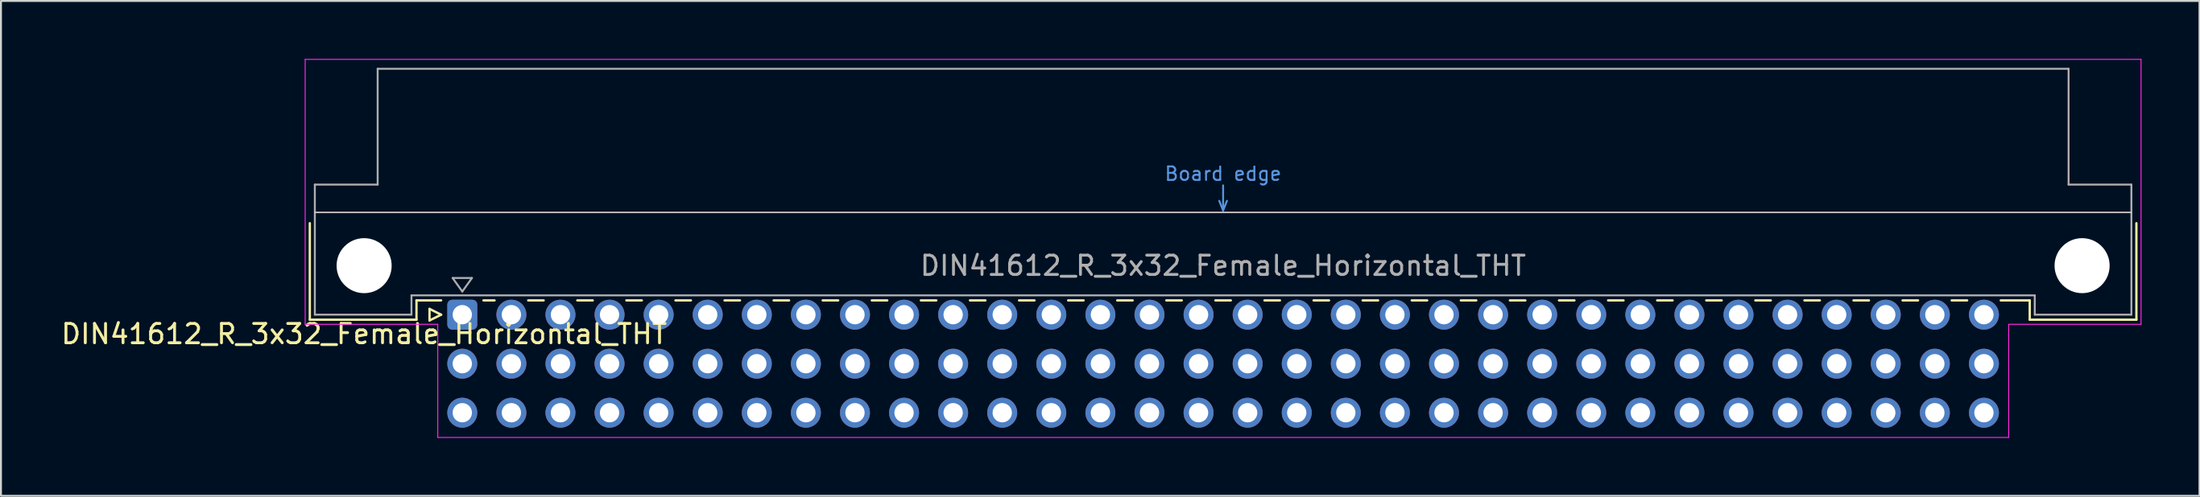
<source format=kicad_pcb>
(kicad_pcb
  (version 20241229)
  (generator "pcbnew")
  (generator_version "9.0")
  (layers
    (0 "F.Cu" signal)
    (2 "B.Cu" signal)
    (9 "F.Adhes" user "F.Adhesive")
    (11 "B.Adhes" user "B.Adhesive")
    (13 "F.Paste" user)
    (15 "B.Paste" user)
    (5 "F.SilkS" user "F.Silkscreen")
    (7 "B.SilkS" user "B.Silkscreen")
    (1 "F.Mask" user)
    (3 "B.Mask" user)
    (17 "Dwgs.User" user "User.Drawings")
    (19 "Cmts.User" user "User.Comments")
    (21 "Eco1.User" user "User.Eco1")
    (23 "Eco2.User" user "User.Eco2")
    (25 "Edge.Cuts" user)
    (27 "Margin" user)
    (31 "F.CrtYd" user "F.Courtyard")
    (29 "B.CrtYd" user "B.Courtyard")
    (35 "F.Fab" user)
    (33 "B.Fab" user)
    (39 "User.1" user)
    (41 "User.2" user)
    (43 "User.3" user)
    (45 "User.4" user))
  (footprint "DIN41612_R_3x32_Female_Horizontal_THT"
    (layer "F.Cu")
    (at 20.872 13.255)
    (property "Reference" "DIN41612_R_3x32_Female_Horizontal_THT" (at -5.08 1 0) (layer "F.SilkS") (effects (font (size 1 1) (thickness 0.15))))
    (attr through_hole)
    (fp_line (start -7.89 -4.74) (end -7.89 0.26) (stroke (width 0.12) (type solid)) (layer "F.SilkS"))
    (fp_line (start -7.89 0.26) (end -2.37 0.26) (stroke (width 0.12) (type solid)) (layer "F.SilkS"))
    (fp_line (start -2.371 -0.74) (end -1.095 -0.74) (stroke (width 0.12) (type solid)) (layer "F.SilkS"))
    (fp_line (start -2.37 0.26) (end -2.37 -0.74) (stroke (width 0.12) (type solid)) (layer "F.SilkS"))
    (fp_line (start -1.695 -0.3) (end -1.695 0.3) (stroke (width 0.12) (type solid)) (layer "F.SilkS"))
    (fp_line (start -1.695 0.3) (end -1.095 0) (stroke (width 0.12) (type solid)) (layer "F.SilkS"))
    (fp_line (start -1.095 0) (end -1.695 -0.3) (stroke (width 0.12) (type solid)) (layer "F.SilkS"))
    (fp_line (start 1.095 -0.74) (end 1.671 -0.74) (stroke (width 0.12) (type solid)) (layer "F.SilkS"))
    (fp_line (start 3.41 -0.74) (end 4.211 -0.74) (stroke (width 0.12) (type solid)) (layer "F.SilkS"))
    (fp_line (start 5.95 -0.74) (end 6.751 -0.74) (stroke (width 0.12) (type solid)) (layer "F.SilkS"))
    (fp_line (start 8.49 -0.74) (end 9.291 -0.74) (stroke (width 0.12) (type solid)) (layer "F.SilkS"))
    (fp_line (start 11.03 -0.74) (end 11.831 -0.74) (stroke (width 0.12) (type solid)) (layer "F.SilkS"))
    (fp_line (start 13.57 -0.74) (end 14.371 -0.74) (stroke (width 0.12) (type solid)) (layer "F.SilkS"))
    (fp_line (start 16.11 -0.74) (end 16.911 -0.74) (stroke (width 0.12) (type solid)) (layer "F.SilkS"))
    (fp_line (start 18.65 -0.74) (end 19.451 -0.74) (stroke (width 0.12) (type solid)) (layer "F.SilkS"))
    (fp_line (start 21.19 -0.74) (end 21.991 -0.74) (stroke (width 0.12) (type solid)) (layer "F.SilkS"))
    (fp_line (start 23.73 -0.74) (end 24.531 -0.74) (stroke (width 0.12) (type solid)) (layer "F.SilkS"))
    (fp_line (start 26.27 -0.74) (end 27.071 -0.74) (stroke (width 0.12) (type solid)) (layer "F.SilkS"))
    (fp_line (start 28.81 -0.74) (end 29.611 -0.74) (stroke (width 0.12) (type solid)) (layer "F.SilkS"))
    (fp_line (start 31.35 -0.74) (end 32.151 -0.74) (stroke (width 0.12) (type solid)) (layer "F.SilkS"))
    (fp_line (start 33.89 -0.74) (end 34.691 -0.74) (stroke (width 0.12) (type solid)) (layer "F.SilkS"))
    (fp_line (start 36.43 -0.74) (end 37.231 -0.74) (stroke (width 0.12) (type solid)) (layer "F.SilkS"))
    (fp_line (start 38.97 -0.74) (end 39.771 -0.74) (stroke (width 0.12) (type solid)) (layer "F.SilkS"))
    (fp_line (start 41.51 -0.74) (end 42.311 -0.74) (stroke (width 0.12) (type solid)) (layer "F.SilkS"))
    (fp_line (start 44.05 -0.74) (end 44.851 -0.74) (stroke (width 0.12) (type solid)) (layer "F.SilkS"))
    (fp_line (start 46.59 -0.74) (end 47.391 -0.74) (stroke (width 0.12) (type solid)) (layer "F.SilkS"))
    (fp_line (start 49.13 -0.74) (end 49.931 -0.74) (stroke (width 0.12) (type solid)) (layer "F.SilkS"))
    (fp_line (start 51.67 -0.74) (end 52.471 -0.74) (stroke (width 0.12) (type solid)) (layer "F.SilkS"))
    (fp_line (start 54.21 -0.74) (end 55.011 -0.74) (stroke (width 0.12) (type solid)) (layer "F.SilkS"))
    (fp_line (start 56.75 -0.74) (end 57.551 -0.74) (stroke (width 0.12) (type solid)) (layer "F.SilkS"))
    (fp_line (start 59.29 -0.74) (end 60.091 -0.74) (stroke (width 0.12) (type solid)) (layer "F.SilkS"))
    (fp_line (start 61.83 -0.74) (end 62.631 -0.74) (stroke (width 0.12) (type solid)) (layer "F.SilkS"))
    (fp_line (start 64.37 -0.74) (end 65.171 -0.74) (stroke (width 0.12) (type solid)) (layer "F.SilkS"))
    (fp_line (start 66.91 -0.74) (end 67.711 -0.74) (stroke (width 0.12) (type solid)) (layer "F.SilkS"))
    (fp_line (start 69.45 -0.74) (end 70.251 -0.74) (stroke (width 0.12) (type solid)) (layer "F.SilkS"))
    (fp_line (start 71.99 -0.74) (end 72.791 -0.74) (stroke (width 0.12) (type solid)) (layer "F.SilkS"))
    (fp_line (start 74.53 -0.74) (end 75.331 -0.74) (stroke (width 0.12) (type solid)) (layer "F.SilkS"))
    (fp_line (start 77.07 -0.74) (end 77.871 -0.74) (stroke (width 0.12) (type solid)) (layer "F.SilkS"))
    (fp_line (start 79.61 -0.74) (end 81.11 -0.74) (stroke (width 0.12) (type solid)) (layer "F.SilkS"))
    (fp_line (start 81.11 0.26) (end 81.11 -0.74) (stroke (width 0.12) (type solid)) (layer "F.SilkS"))
    (fp_line (start 86.63 -4.74) (end 86.63 0.26) (stroke (width 0.12) (type solid)) (layer "F.SilkS"))
    (fp_line (start 86.63 0.26) (end 81.11 0.26) (stroke (width 0.12) (type solid)) (layer "F.SilkS"))
    (fp_line (start -7.63 -5.3) (end 86.37 -5.3) (stroke (width 0.08) (type solid)) (layer "Dwgs.User"))
    (fp_line (start 39.17 -5.9) (end 39.37 -5.4) (stroke (width 0.1) (type solid)) (layer "Cmts.User"))
    (fp_line (start 39.37 -5.4) (end 39.37 -6.7) (stroke (width 0.1) (type solid)) (layer "Cmts.User"))
    (fp_line (start 39.37 -5.4) (end 39.57 -5.9) (stroke (width 0.1) (type solid)) (layer "Cmts.User"))
    (fp_line (start -8.13 -13.23) (end -8.13 0.5) (stroke (width 0.05) (type solid)) (layer "F.CrtYd"))
    (fp_line (start -8.13 0.5) (end -1.27 0.5) (stroke (width 0.05) (type solid)) (layer "F.CrtYd"))
    (fp_line (start -1.27 0.5) (end -1.27 6.36) (stroke (width 0.05) (type solid)) (layer "F.CrtYd"))
    (fp_line (start -1.27 6.36) (end 80.02 6.36) (stroke (width 0.05) (type solid)) (layer "F.CrtYd"))
    (fp_line (start 80.02 0.5) (end 86.87 0.5) (stroke (width 0.05) (type solid)) (layer "F.CrtYd"))
    (fp_line (start 80.02 6.36) (end 80.02 0.5) (stroke (width 0.05) (type solid)) (layer "F.CrtYd"))
    (fp_line (start 86.87 -13.23) (end -8.13 -13.23) (stroke (width 0.05) (type solid)) (layer "F.CrtYd"))
    (fp_line (start 86.87 0.5) (end 86.87 -13.23) (stroke (width 0.05) (type solid)) (layer "F.CrtYd"))
    (fp_line (start -7.63 -6.74) (end -7.63 0) (stroke (width 0.1) (type solid)) (layer "F.Fab"))
    (fp_line (start -7.63 0) (end -2.63 0) (stroke (width 0.1) (type solid)) (layer "F.Fab"))
    (fp_line (start -4.38 -12.74) (end -4.38 -6.74) (stroke (width 0.1) (type solid)) (layer "F.Fab"))
    (fp_line (start -4.38 -6.74) (end -7.63 -6.74) (stroke (width 0.1) (type solid)) (layer "F.Fab"))
    (fp_line (start -2.63 -1) (end 81.37 -1) (stroke (width 0.1) (type solid)) (layer "F.Fab"))
    (fp_line (start -2.63 0) (end -2.63 -1) (stroke (width 0.1) (type solid)) (layer "F.Fab"))
    (fp_line (start -0.5 -1.9) (end 0.5 -1.9) (stroke (width 0.1) (type solid)) (layer "F.Fab"))
    (fp_line (start 0 -1.2) (end -0.5 -1.9) (stroke (width 0.1) (type solid)) (layer "F.Fab"))
    (fp_line (start 0.5 -1.9) (end 0 -1.2) (stroke (width 0.1) (type solid)) (layer "F.Fab"))
    (fp_line (start 81.37 -1) (end 81.37 0) (stroke (width 0.1) (type solid)) (layer "F.Fab"))
    (fp_line (start 81.37 0) (end 86.37 0) (stroke (width 0.1) (type solid)) (layer "F.Fab"))
    (fp_line (start 83.12 -12.74) (end -4.38 -12.74) (stroke (width 0.1) (type solid)) (layer "F.Fab"))
    (fp_line (start 83.12 -6.74) (end 83.12 -12.74) (stroke (width 0.1) (type solid)) (layer "F.Fab"))
    (fp_line (start 86.37 -6.74) (end 83.12 -6.74) (stroke (width 0.1) (type solid)) (layer "F.Fab"))
    (fp_line (start 86.37 0) (end 86.37 -6.74) (stroke (width 0.1) (type solid)) (layer "F.Fab"))
    (fp_text user "Board edge" (at 39.37 -7.3 0) (layer "Cmts.User") (effects (font (size 0.7 0.7) (thickness 0.1))))
    (fp_text user "${REFERENCE}" (at 39.37 -2.54 0) (layer "F.Fab") (effects (font (size 1 1) (thickness 0.15))))
    (pad "" np_thru_hole circle (at -5.08 -2.54) (size 2.85 2.85) (drill 2.85) (layers "*.Cu" "*.Mask"))
    (pad "" np_thru_hole circle (at 83.82 -2.54) (size 2.85 2.85) (drill 2.85) (layers "*.Cu" "*.Mask"))
    (pad "a1" thru_hole roundrect (at 0 0) (size 1.55 1.55) (drill 1) (layers "*.Cu" "*.Mask") (roundrect_rratio 0.161))
    (pad "a2" thru_hole circle (at 2.54 0) (size 1.55 1.55) (drill 1) (layers "*.Cu" "*.Mask"))
    (pad "a3" thru_hole circle (at 5.08 0) (size 1.55 1.55) (drill 1) (layers "*.Cu" "*.Mask"))
    (pad "a4" thru_hole circle (at 7.62 0) (size 1.55 1.55) (drill 1) (layers "*.Cu" "*.Mask"))
    (pad "a5" thru_hole circle (at 10.16 0) (size 1.55 1.55) (drill 1) (layers "*.Cu" "*.Mask"))
    (pad "a6" thru_hole circle (at 12.7 0) (size 1.55 1.55) (drill 1) (layers "*.Cu" "*.Mask"))
    (pad "a7" thru_hole circle (at 15.24 0) (size 1.55 1.55) (drill 1) (layers "*.Cu" "*.Mask"))
    (pad "a8" thru_hole circle (at 17.78 0) (size 1.55 1.55) (drill 1) (layers "*.Cu" "*.Mask"))
    (pad "a9" thru_hole circle (at 20.32 0) (size 1.55 1.55) (drill 1) (layers "*.Cu" "*.Mask"))
    (pad "a10" thru_hole circle (at 22.86 0) (size 1.55 1.55) (drill 1) (layers "*.Cu" "*.Mask"))
    (pad "a11" thru_hole circle (at 25.4 0) (size 1.55 1.55) (drill 1) (layers "*.Cu" "*.Mask"))
    (pad "a12" thru_hole circle (at 27.94 0) (size 1.55 1.55) (drill 1) (layers "*.Cu" "*.Mask"))
    (pad "a13" thru_hole circle (at 30.48 0) (size 1.55 1.55) (drill 1) (layers "*.Cu" "*.Mask"))
    (pad "a14" thru_hole circle (at 33.02 0) (size 1.55 1.55) (drill 1) (layers "*.Cu" "*.Mask"))
    (pad "a15" thru_hole circle (at 35.56 0) (size 1.55 1.55) (drill 1) (layers "*.Cu" "*.Mask"))
    (pad "a16" thru_hole circle (at 38.1 0) (size 1.55 1.55) (drill 1) (layers "*.Cu" "*.Mask"))
    (pad "a17" thru_hole circle (at 40.64 0) (size 1.55 1.55) (drill 1) (layers "*.Cu" "*.Mask"))
    (pad "a18" thru_hole circle (at 43.18 0) (size 1.55 1.55) (drill 1) (layers "*.Cu" "*.Mask"))
    (pad "a19" thru_hole circle (at 45.72 0) (size 1.55 1.55) (drill 1) (layers "*.Cu" "*.Mask"))
    (pad "a20" thru_hole circle (at 48.26 0) (size 1.55 1.55) (drill 1) (layers "*.Cu" "*.Mask"))
    (pad "a21" thru_hole circle (at 50.8 0) (size 1.55 1.55) (drill 1) (layers "*.Cu" "*.Mask"))
    (pad "a22" thru_hole circle (at 53.34 0) (size 1.55 1.55) (drill 1) (layers "*.Cu" "*.Mask"))
    (pad "a23" thru_hole circle (at 55.88 0) (size 1.55 1.55) (drill 1) (layers "*.Cu" "*.Mask"))
    (pad "a24" thru_hole circle (at 58.42 0) (size 1.55 1.55) (drill 1) (layers "*.Cu" "*.Mask"))
    (pad "a25" thru_hole circle (at 60.96 0) (size 1.55 1.55) (drill 1) (layers "*.Cu" "*.Mask"))
    (pad "a26" thru_hole circle (at 63.5 0) (size 1.55 1.55) (drill 1) (layers "*.Cu" "*.Mask"))
    (pad "a27" thru_hole circle (at 66.04 0) (size 1.55 1.55) (drill 1) (layers "*.Cu" "*.Mask"))
    (pad "a28" thru_hole circle (at 68.58 0) (size 1.55 1.55) (drill 1) (layers "*.Cu" "*.Mask"))
    (pad "a29" thru_hole circle (at 71.12 0) (size 1.55 1.55) (drill 1) (layers "*.Cu" "*.Mask"))
    (pad "a30" thru_hole circle (at 73.66 0) (size 1.55 1.55) (drill 1) (layers "*.Cu" "*.Mask"))
    (pad "a31" thru_hole circle (at 76.2 0) (size 1.55 1.55) (drill 1) (layers "*.Cu" "*.Mask"))
    (pad "a32" thru_hole circle (at 78.74 0) (size 1.55 1.55) (drill 1) (layers "*.Cu" "*.Mask"))
    (pad "b1" thru_hole circle (at 0 2.54) (size 1.55 1.55) (drill 1) (layers "*.Cu" "*.Mask"))
    (pad "b2" thru_hole circle (at 2.54 2.54) (size 1.55 1.55) (drill 1) (layers "*.Cu" "*.Mask"))
    (pad "b3" thru_hole circle (at 5.08 2.54) (size 1.55 1.55) (drill 1) (layers "*.Cu" "*.Mask"))
    (pad "b4" thru_hole circle (at 7.62 2.54) (size 1.55 1.55) (drill 1) (layers "*.Cu" "*.Mask"))
    (pad "b5" thru_hole circle (at 10.16 2.54) (size 1.55 1.55) (drill 1) (layers "*.Cu" "*.Mask"))
    (pad "b6" thru_hole circle (at 12.7 2.54) (size 1.55 1.55) (drill 1) (layers "*.Cu" "*.Mask"))
    (pad "b7" thru_hole circle (at 15.24 2.54) (size 1.55 1.55) (drill 1) (layers "*.Cu" "*.Mask"))
    (pad "b8" thru_hole circle (at 17.78 2.54) (size 1.55 1.55) (drill 1) (layers "*.Cu" "*.Mask"))
    (pad "b9" thru_hole circle (at 20.32 2.54) (size 1.55 1.55) (drill 1) (layers "*.Cu" "*.Mask"))
    (pad "b10" thru_hole circle (at 22.86 2.54) (size 1.55 1.55) (drill 1) (layers "*.Cu" "*.Mask"))
    (pad "b11" thru_hole circle (at 25.4 2.54) (size 1.55 1.55) (drill 1) (layers "*.Cu" "*.Mask"))
    (pad "b12" thru_hole circle (at 27.94 2.54) (size 1.55 1.55) (drill 1) (layers "*.Cu" "*.Mask"))
    (pad "b13" thru_hole circle (at 30.48 2.54) (size 1.55 1.55) (drill 1) (layers "*.Cu" "*.Mask"))
    (pad "b14" thru_hole circle (at 33.02 2.54) (size 1.55 1.55) (drill 1) (layers "*.Cu" "*.Mask"))
    (pad "b15" thru_hole circle (at 35.56 2.54) (size 1.55 1.55) (drill 1) (layers "*.Cu" "*.Mask"))
    (pad "b16" thru_hole circle (at 38.1 2.54) (size 1.55 1.55) (drill 1) (layers "*.Cu" "*.Mask"))
    (pad "b17" thru_hole circle (at 40.64 2.54) (size 1.55 1.55) (drill 1) (layers "*.Cu" "*.Mask"))
    (pad "b18" thru_hole circle (at 43.18 2.54) (size 1.55 1.55) (drill 1) (layers "*.Cu" "*.Mask"))
    (pad "b19" thru_hole circle (at 45.72 2.54) (size 1.55 1.55) (drill 1) (layers "*.Cu" "*.Mask"))
    (pad "b20" thru_hole circle (at 48.26 2.54) (size 1.55 1.55) (drill 1) (layers "*.Cu" "*.Mask"))
    (pad "b21" thru_hole circle (at 50.8 2.54) (size 1.55 1.55) (drill 1) (layers "*.Cu" "*.Mask"))
    (pad "b22" thru_hole circle (at 53.34 2.54) (size 1.55 1.55) (drill 1) (layers "*.Cu" "*.Mask"))
    (pad "b23" thru_hole circle (at 55.88 2.54) (size 1.55 1.55) (drill 1) (layers "*.Cu" "*.Mask"))
    (pad "b24" thru_hole circle (at 58.42 2.54) (size 1.55 1.55) (drill 1) (layers "*.Cu" "*.Mask"))
    (pad "b25" thru_hole circle (at 60.96 2.54) (size 1.55 1.55) (drill 1) (layers "*.Cu" "*.Mask"))
    (pad "b26" thru_hole circle (at 63.5 2.54) (size 1.55 1.55) (drill 1) (layers "*.Cu" "*.Mask"))
    (pad "b27" thru_hole circle (at 66.04 2.54) (size 1.55 1.55) (drill 1) (layers "*.Cu" "*.Mask"))
    (pad "b28" thru_hole circle (at 68.58 2.54) (size 1.55 1.55) (drill 1) (layers "*.Cu" "*.Mask"))
    (pad "b29" thru_hole circle (at 71.12 2.54) (size 1.55 1.55) (drill 1) (layers "*.Cu" "*.Mask"))
    (pad "b30" thru_hole circle (at 73.66 2.54) (size 1.55 1.55) (drill 1) (layers "*.Cu" "*.Mask"))
    (pad "b31" thru_hole circle (at 76.2 2.54) (size 1.55 1.55) (drill 1) (layers "*.Cu" "*.Mask"))
    (pad "b32" thru_hole circle (at 78.74 2.54) (size 1.55 1.55) (drill 1) (layers "*.Cu" "*.Mask"))
    (pad "c1" thru_hole circle (at 0 5.08) (size 1.55 1.55) (drill 1) (layers "*.Cu" "*.Mask"))
    (pad "c2" thru_hole circle (at 2.54 5.08) (size 1.55 1.55) (drill 1) (layers "*.Cu" "*.Mask"))
    (pad "c3" thru_hole circle (at 5.08 5.08) (size 1.55 1.55) (drill 1) (layers "*.Cu" "*.Mask"))
    (pad "c4" thru_hole circle (at 7.62 5.08) (size 1.55 1.55) (drill 1) (layers "*.Cu" "*.Mask"))
    (pad "c5" thru_hole circle (at 10.16 5.08) (size 1.55 1.55) (drill 1) (layers "*.Cu" "*.Mask"))
    (pad "c6" thru_hole circle (at 12.7 5.08) (size 1.55 1.55) (drill 1) (layers "*.Cu" "*.Mask"))
    (pad "c7" thru_hole circle (at 15.24 5.08) (size 1.55 1.55) (drill 1) (layers "*.Cu" "*.Mask"))
    (pad "c8" thru_hole circle (at 17.78 5.08) (size 1.55 1.55) (drill 1) (layers "*.Cu" "*.Mask"))
    (pad "c9" thru_hole circle (at 20.32 5.08) (size 1.55 1.55) (drill 1) (layers "*.Cu" "*.Mask"))
    (pad "c10" thru_hole circle (at 22.86 5.08) (size 1.55 1.55) (drill 1) (layers "*.Cu" "*.Mask"))
    (pad "c11" thru_hole circle (at 25.4 5.08) (size 1.55 1.55) (drill 1) (layers "*.Cu" "*.Mask"))
    (pad "c12" thru_hole circle (at 27.94 5.08) (size 1.55 1.55) (drill 1) (layers "*.Cu" "*.Mask"))
    (pad "c13" thru_hole circle (at 30.48 5.08) (size 1.55 1.55) (drill 1) (layers "*.Cu" "*.Mask"))
    (pad "c14" thru_hole circle (at 33.02 5.08) (size 1.55 1.55) (drill 1) (layers "*.Cu" "*.Mask"))
    (pad "c15" thru_hole circle (at 35.56 5.08) (size 1.55 1.55) (drill 1) (layers "*.Cu" "*.Mask"))
    (pad "c16" thru_hole circle (at 38.1 5.08) (size 1.55 1.55) (drill 1) (layers "*.Cu" "*.Mask"))
    (pad "c17" thru_hole circle (at 40.64 5.08) (size 1.55 1.55) (drill 1) (layers "*.Cu" "*.Mask"))
    (pad "c18" thru_hole circle (at 43.18 5.08) (size 1.55 1.55) (drill 1) (layers "*.Cu" "*.Mask"))
    (pad "c19" thru_hole circle (at 45.72 5.08) (size 1.55 1.55) (drill 1) (layers "*.Cu" "*.Mask"))
    (pad "c20" thru_hole circle (at 48.26 5.08) (size 1.55 1.55) (drill 1) (layers "*.Cu" "*.Mask"))
    (pad "c21" thru_hole circle (at 50.8 5.08) (size 1.55 1.55) (drill 1) (layers "*.Cu" "*.Mask"))
    (pad "c22" thru_hole circle (at 53.34 5.08) (size 1.55 1.55) (drill 1) (layers "*.Cu" "*.Mask"))
    (pad "c23" thru_hole circle (at 55.88 5.08) (size 1.55 1.55) (drill 1) (layers "*.Cu" "*.Mask"))
    (pad "c24" thru_hole circle (at 58.42 5.08) (size 1.55 1.55) (drill 1) (layers "*.Cu" "*.Mask"))
    (pad "c25" thru_hole circle (at 60.96 5.08) (size 1.55 1.55) (drill 1) (layers "*.Cu" "*.Mask"))
    (pad "c26" thru_hole circle (at 63.5 5.08) (size 1.55 1.55) (drill 1) (layers "*.Cu" "*.Mask"))
    (pad "c27" thru_hole circle (at 66.04 5.08) (size 1.55 1.55) (drill 1) (layers "*.Cu" "*.Mask"))
    (pad "c28" thru_hole circle (at 68.58 5.08) (size 1.55 1.55) (drill 1) (layers "*.Cu" "*.Mask"))
    (pad "c29" thru_hole circle (at 71.12 5.08) (size 1.55 1.55) (drill 1) (layers "*.Cu" "*.Mask"))
    (pad "c30" thru_hole circle (at 73.66 5.08) (size 1.55 1.55) (drill 1) (layers "*.Cu" "*.Mask"))
    (pad "c31" thru_hole circle (at 76.2 5.08) (size 1.55 1.55) (drill 1) (layers "*.Cu" "*.Mask"))
    (pad "c32" thru_hole circle (at 78.74 5.08) (size 1.55 1.55) (drill 1) (layers "*.Cu" "*.Mask")))
  (gr_rect
    (start -3 -3)
    (end 110.767 22.64)
    (stroke (width 0.1) (type default))
    (fill no)
    (layer "Edge.Cuts")))
</source>
